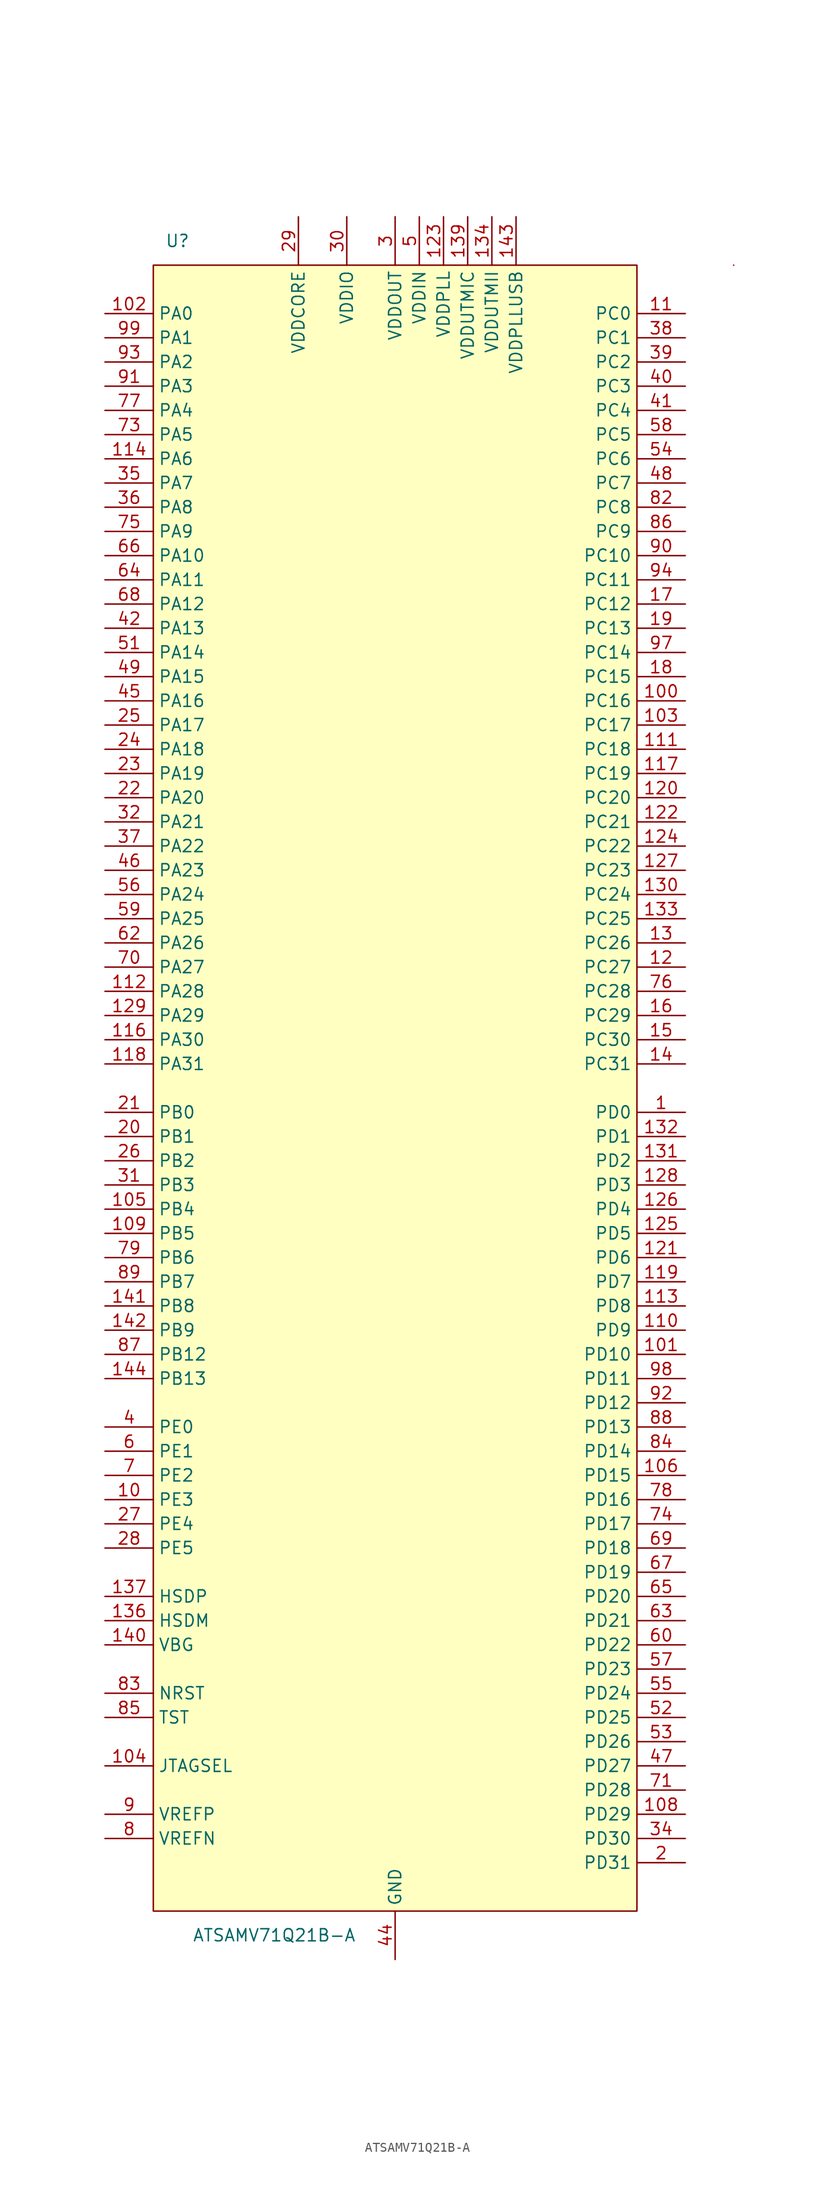
<source format=kicad_sym>
(kicad_symbol_lib
  (version 20201005)
  (generator kicad_symbol_editor)
  (symbol "MCU_Microchip_SAMV:ATSAMV71Q21B-A"
    (property "Reference" "U"
      (at -22.86 88.9 0)
      (effects (font (size 1.27 1.27))))
    (property "Value" "ATSAMV71Q21B-A"
      (at -12.7 -88.9 0)
      (effects (font (size 1.27 1.27))))
    (symbol "ATSAMV71Q21B-A_0_1"
      (rectangle (start 25.4 86.36) (end -25.4 -86.36) (stroke (width 0)) (fill (type background)))
      (rectangle (start 35.56 86.36) (end 35.56 86.36) (stroke (width 0)) (fill (type none))))
    (symbol "ATSAMV71Q21B-A_1_1"
      (pin bidirectional line (at 30.48 -2.54 180) (length 5.08) (name "PD0" (effects (font (size 1.27 1.27)))) (number "1" (effects (font (size 1.27 1.27)))))
      (pin bidirectional line (at -30.48 -43.18 0) (length 5.08) (name "PE3" (effects (font (size 1.27 1.27)))) (number "10" (effects (font (size 1.27 1.27)))))
      (pin bidirectional line (at 30.48 40.64 180) (length 5.08) (name "PC16" (effects (font (size 1.27 1.27)))) (number "100" (effects (font (size 1.27 1.27)))))
      (pin bidirectional line (at 30.48 -27.94 180) (length 5.08) (name "PD10" (effects (font (size 1.27 1.27)))) (number "101" (effects (font (size 1.27 1.27)))))
      (pin bidirectional line (at -30.48 81.28 0) (length 5.08) (name "PA0" (effects (font (size 1.27 1.27)))) (number "102" (effects (font (size 1.27 1.27)))))
      (pin bidirectional line (at 30.48 38.1 180) (length 5.08) (name "PC17" (effects (font (size 1.27 1.27)))) (number "103" (effects (font (size 1.27 1.27)))))
      (pin input line (at -30.48 -71.12 0) (length 5.08) (name "JTAGSEL" (effects (font (size 1.27 1.27)))) (number "104" (effects (font (size 1.27 1.27)))))
      (pin bidirectional line (at -30.48 -12.7 0) (length 5.08) (name "PB4" (effects (font (size 1.27 1.27)))) (number "105" (effects (font (size 1.27 1.27)))))
      (pin bidirectional line (at 30.48 -40.64 180) (length 5.08) (name "PD15" (effects (font (size 1.27 1.27)))) (number "106" (effects (font (size 1.27 1.27)))))
      (pin passive line (at -10.16 91.44 270) (length 5.08) hide (name "VDDCORE" (effects (font (size 1.27 1.27)))) (number "107" (effects (font (size 1.27 1.27)))))
      (pin bidirectional line (at 30.48 -76.2 180) (length 5.08) (name "PD29" (effects (font (size 1.27 1.27)))) (number "108" (effects (font (size 1.27 1.27)))))
      (pin bidirectional line (at -30.48 -15.24 0) (length 5.08) (name "PB5" (effects (font (size 1.27 1.27)))) (number "109" (effects (font (size 1.27 1.27)))))
      (pin bidirectional line (at 30.48 81.28 180) (length 5.08) (name "PC0" (effects (font (size 1.27 1.27)))) (number "11" (effects (font (size 1.27 1.27)))))
      (pin bidirectional line (at 30.48 -25.4 180) (length 5.08) (name "PD9" (effects (font (size 1.27 1.27)))) (number "110" (effects (font (size 1.27 1.27)))))
      (pin bidirectional line (at 30.48 35.56 180) (length 5.08) (name "PC18" (effects (font (size 1.27 1.27)))) (number "111" (effects (font (size 1.27 1.27)))))
      (pin bidirectional line (at -30.48 10.16 0) (length 5.08) (name "PA28" (effects (font (size 1.27 1.27)))) (number "112" (effects (font (size 1.27 1.27)))))
      (pin bidirectional line (at 30.48 -22.86 180) (length 5.08) (name "PD8" (effects (font (size 1.27 1.27)))) (number "113" (effects (font (size 1.27 1.27)))))
      (pin bidirectional line (at -30.48 66.04 0) (length 5.08) (name "PA6" (effects (font (size 1.27 1.27)))) (number "114" (effects (font (size 1.27 1.27)))))
      (pin passive line (at 0 -91.44 90) (length 5.08) hide (name "GND" (effects (font (size 1.27 1.27)))) (number "115" (effects (font (size 1.27 1.27)))))
      (pin bidirectional line (at -30.48 5.08 0) (length 5.08) (name "PA30" (effects (font (size 1.27 1.27)))) (number "116" (effects (font (size 1.27 1.27)))))
      (pin bidirectional line (at 30.48 33.02 180) (length 5.08) (name "PC19" (effects (font (size 1.27 1.27)))) (number "117" (effects (font (size 1.27 1.27)))))
      (pin bidirectional line (at -30.48 2.54 0) (length 5.08) (name "PA31" (effects (font (size 1.27 1.27)))) (number "118" (effects (font (size 1.27 1.27)))))
      (pin bidirectional line (at 30.48 -20.32 180) (length 5.08) (name "PD7" (effects (font (size 1.27 1.27)))) (number "119" (effects (font (size 1.27 1.27)))))
      (pin bidirectional line (at 30.48 12.7 180) (length 5.08) (name "PC27" (effects (font (size 1.27 1.27)))) (number "12" (effects (font (size 1.27 1.27)))))
      (pin bidirectional line (at 30.48 30.48 180) (length 5.08) (name "PC20" (effects (font (size 1.27 1.27)))) (number "120" (effects (font (size 1.27 1.27)))))
      (pin bidirectional line (at 30.48 -17.78 180) (length 5.08) (name "PD6" (effects (font (size 1.27 1.27)))) (number "121" (effects (font (size 1.27 1.27)))))
      (pin bidirectional line (at 30.48 27.94 180) (length 5.08) (name "PC21" (effects (font (size 1.27 1.27)))) (number "122" (effects (font (size 1.27 1.27)))))
      (pin power_in line (at 5.08 91.44 270) (length 5.08) (name "VDDPLL" (effects (font (size 1.27 1.27)))) (number "123" (effects (font (size 1.27 1.27)))))
      (pin bidirectional line (at 30.48 25.4 180) (length 5.08) (name "PC22" (effects (font (size 1.27 1.27)))) (number "124" (effects (font (size 1.27 1.27)))))
      (pin bidirectional line (at 30.48 -15.24 180) (length 5.08) (name "PD5" (effects (font (size 1.27 1.27)))) (number "125" (effects (font (size 1.27 1.27)))))
      (pin bidirectional line (at 30.48 -12.7 180) (length 5.08) (name "PD4" (effects (font (size 1.27 1.27)))) (number "126" (effects (font (size 1.27 1.27)))))
      (pin bidirectional line (at 30.48 22.86 180) (length 5.08) (name "PC23" (effects (font (size 1.27 1.27)))) (number "127" (effects (font (size 1.27 1.27)))))
      (pin bidirectional line (at 30.48 -10.16 180) (length 5.08) (name "PD3" (effects (font (size 1.27 1.27)))) (number "128" (effects (font (size 1.27 1.27)))))
      (pin bidirectional line (at -30.48 7.62 0) (length 5.08) (name "PA29" (effects (font (size 1.27 1.27)))) (number "129" (effects (font (size 1.27 1.27)))))
      (pin bidirectional line (at 30.48 15.24 180) (length 5.08) (name "PC26" (effects (font (size 1.27 1.27)))) (number "13" (effects (font (size 1.27 1.27)))))
      (pin bidirectional line (at 30.48 20.32 180) (length 5.08) (name "PC24" (effects (font (size 1.27 1.27)))) (number "130" (effects (font (size 1.27 1.27)))))
      (pin bidirectional line (at 30.48 -7.62 180) (length 5.08) (name "PD2" (effects (font (size 1.27 1.27)))) (number "131" (effects (font (size 1.27 1.27)))))
      (pin bidirectional line (at 30.48 -5.08 180) (length 5.08) (name "PD1" (effects (font (size 1.27 1.27)))) (number "132" (effects (font (size 1.27 1.27)))))
      (pin bidirectional line (at 30.48 17.78 180) (length 5.08) (name "PC25" (effects (font (size 1.27 1.27)))) (number "133" (effects (font (size 1.27 1.27)))))
      (pin power_in line (at 10.16 91.44 270) (length 5.08) (name "VDDUTMII" (effects (font (size 1.27 1.27)))) (number "134" (effects (font (size 1.27 1.27)))))
      (pin passive line (at 0 -91.44 90) (length 5.08) hide (name "GND" (effects (font (size 1.27 1.27)))) (number "135" (effects (font (size 1.27 1.27)))))
      (pin bidirectional line (at -30.48 -55.88 0) (length 5.08) (name "HSDM" (effects (font (size 1.27 1.27)))) (number "136" (effects (font (size 1.27 1.27)))))
      (pin bidirectional line (at -30.48 -53.34 0) (length 5.08) (name "HSDP" (effects (font (size 1.27 1.27)))) (number "137" (effects (font (size 1.27 1.27)))))
      (pin passive line (at 0 -91.44 90) (length 5.08) hide (name "GND" (effects (font (size 1.27 1.27)))) (number "138" (effects (font (size 1.27 1.27)))))
      (pin power_in line (at 7.62 91.44 270) (length 5.08) (name "VDDUTMIC" (effects (font (size 1.27 1.27)))) (number "139" (effects (font (size 1.27 1.27)))))
      (pin bidirectional line (at 30.48 2.54 180) (length 5.08) (name "PC31" (effects (font (size 1.27 1.27)))) (number "14" (effects (font (size 1.27 1.27)))))
      (pin input line (at -30.48 -58.42 0) (length 5.08) (name "VBG" (effects (font (size 1.27 1.27)))) (number "140" (effects (font (size 1.27 1.27)))))
      (pin bidirectional line (at -30.48 -22.86 0) (length 5.08) (name "PB8" (effects (font (size 1.27 1.27)))) (number "141" (effects (font (size 1.27 1.27)))))
      (pin bidirectional line (at -30.48 -25.4 0) (length 5.08) (name "PB9" (effects (font (size 1.27 1.27)))) (number "142" (effects (font (size 1.27 1.27)))))
      (pin power_in line (at 12.7 91.44 270) (length 5.08) (name "VDDPLLUSB" (effects (font (size 1.27 1.27)))) (number "143" (effects (font (size 1.27 1.27)))))
      (pin bidirectional line (at -30.48 -30.48 0) (length 5.08) (name "PB13" (effects (font (size 1.27 1.27)))) (number "144" (effects (font (size 1.27 1.27)))))
      (pin bidirectional line (at 30.48 5.08 180) (length 5.08) (name "PC30" (effects (font (size 1.27 1.27)))) (number "15" (effects (font (size 1.27 1.27)))))
      (pin bidirectional line (at 30.48 7.62 180) (length 5.08) (name "PC29" (effects (font (size 1.27 1.27)))) (number "16" (effects (font (size 1.27 1.27)))))
      (pin bidirectional line (at 30.48 50.8 180) (length 5.08) (name "PC12" (effects (font (size 1.27 1.27)))) (number "17" (effects (font (size 1.27 1.27)))))
      (pin bidirectional line (at 30.48 43.18 180) (length 5.08) (name "PC15" (effects (font (size 1.27 1.27)))) (number "18" (effects (font (size 1.27 1.27)))))
      (pin bidirectional line (at 30.48 48.26 180) (length 5.08) (name "PC13" (effects (font (size 1.27 1.27)))) (number "19" (effects (font (size 1.27 1.27)))))
      (pin bidirectional line (at 30.48 -81.28 180) (length 5.08) (name "PD31" (effects (font (size 1.27 1.27)))) (number "2" (effects (font (size 1.27 1.27)))))
      (pin bidirectional line (at -30.48 -5.08 0) (length 5.08) (name "PB1" (effects (font (size 1.27 1.27)))) (number "20" (effects (font (size 1.27 1.27)))))
      (pin bidirectional line (at -30.48 -2.54 0) (length 5.08) (name "PB0" (effects (font (size 1.27 1.27)))) (number "21" (effects (font (size 1.27 1.27)))))
      (pin bidirectional line (at -30.48 30.48 0) (length 5.08) (name "PA20" (effects (font (size 1.27 1.27)))) (number "22" (effects (font (size 1.27 1.27)))))
      (pin bidirectional line (at -30.48 33.02 0) (length 5.08) (name "PA19" (effects (font (size 1.27 1.27)))) (number "23" (effects (font (size 1.27 1.27)))))
      (pin bidirectional line (at -30.48 35.56 0) (length 5.08) (name "PA18" (effects (font (size 1.27 1.27)))) (number "24" (effects (font (size 1.27 1.27)))))
      (pin bidirectional line (at -30.48 38.1 0) (length 5.08) (name "PA17" (effects (font (size 1.27 1.27)))) (number "25" (effects (font (size 1.27 1.27)))))
      (pin bidirectional line (at -30.48 -7.62 0) (length 5.08) (name "PB2" (effects (font (size 1.27 1.27)))) (number "26" (effects (font (size 1.27 1.27)))))
      (pin bidirectional line (at -30.48 -45.72 0) (length 5.08) (name "PE4" (effects (font (size 1.27 1.27)))) (number "27" (effects (font (size 1.27 1.27)))))
      (pin bidirectional line (at -30.48 -48.26 0) (length 5.08) (name "PE5" (effects (font (size 1.27 1.27)))) (number "28" (effects (font (size 1.27 1.27)))))
      (pin power_in line (at -10.16 91.44 270) (length 5.08) (name "VDDCORE" (effects (font (size 1.27 1.27)))) (number "29" (effects (font (size 1.27 1.27)))))
      (pin power_in line (at 0 91.44 270) (length 5.08) (name "VDDOUT" (effects (font (size 1.27 1.27)))) (number "3" (effects (font (size 1.27 1.27)))))
      (pin power_in line (at -5.08 91.44 270) (length 5.08) (name "VDDIO" (effects (font (size 1.27 1.27)))) (number "30" (effects (font (size 1.27 1.27)))))
      (pin bidirectional line (at -30.48 -10.16 0) (length 5.08) (name "PB3" (effects (font (size 1.27 1.27)))) (number "31" (effects (font (size 1.27 1.27)))))
      (pin bidirectional line (at -30.48 27.94 0) (length 5.08) (name "PA21" (effects (font (size 1.27 1.27)))) (number "32" (effects (font (size 1.27 1.27)))))
      (pin passive line (at -10.16 91.44 270) (length 5.08) hide (name "VDDCORE" (effects (font (size 1.27 1.27)))) (number "33" (effects (font (size 1.27 1.27)))))
      (pin bidirectional line (at 30.48 -78.74 180) (length 5.08) (name "PD30" (effects (font (size 1.27 1.27)))) (number "34" (effects (font (size 1.27 1.27)))))
      (pin bidirectional line (at -30.48 63.5 0) (length 5.08) (name "PA7" (effects (font (size 1.27 1.27)))) (number "35" (effects (font (size 1.27 1.27)))))
      (pin bidirectional line (at -30.48 60.96 0) (length 5.08) (name "PA8" (effects (font (size 1.27 1.27)))) (number "36" (effects (font (size 1.27 1.27)))))
      (pin bidirectional line (at -30.48 25.4 0) (length 5.08) (name "PA22" (effects (font (size 1.27 1.27)))) (number "37" (effects (font (size 1.27 1.27)))))
      (pin bidirectional line (at 30.48 78.74 180) (length 5.08) (name "PC1" (effects (font (size 1.27 1.27)))) (number "38" (effects (font (size 1.27 1.27)))))
      (pin bidirectional line (at 30.48 76.2 180) (length 5.08) (name "PC2" (effects (font (size 1.27 1.27)))) (number "39" (effects (font (size 1.27 1.27)))))
      (pin bidirectional line (at -30.48 -35.56 0) (length 5.08) (name "PE0" (effects (font (size 1.27 1.27)))) (number "4" (effects (font (size 1.27 1.27)))))
      (pin bidirectional line (at 30.48 73.66 180) (length 5.08) (name "PC3" (effects (font (size 1.27 1.27)))) (number "40" (effects (font (size 1.27 1.27)))))
      (pin bidirectional line (at 30.48 71.12 180) (length 5.08) (name "PC4" (effects (font (size 1.27 1.27)))) (number "41" (effects (font (size 1.27 1.27)))))
      (pin bidirectional line (at -30.48 48.26 0) (length 5.08) (name "PA13" (effects (font (size 1.27 1.27)))) (number "42" (effects (font (size 1.27 1.27)))))
      (pin passive line (at -5.08 91.44 270) (length 5.08) hide (name "VDDIO" (effects (font (size 1.27 1.27)))) (number "43" (effects (font (size 1.27 1.27)))))
      (pin power_in line (at 0 -91.44 90) (length 5.08) (name "GND" (effects (font (size 1.27 1.27)))) (number "44" (effects (font (size 1.27 1.27)))))
      (pin bidirectional line (at -30.48 40.64 0) (length 5.08) (name "PA16" (effects (font (size 1.27 1.27)))) (number "45" (effects (font (size 1.27 1.27)))))
      (pin bidirectional line (at -30.48 22.86 0) (length 5.08) (name "PA23" (effects (font (size 1.27 1.27)))) (number "46" (effects (font (size 1.27 1.27)))))
      (pin bidirectional line (at 30.48 -71.12 180) (length 5.08) (name "PD27" (effects (font (size 1.27 1.27)))) (number "47" (effects (font (size 1.27 1.27)))))
      (pin bidirectional line (at 30.48 63.5 180) (length 5.08) (name "PC7" (effects (font (size 1.27 1.27)))) (number "48" (effects (font (size 1.27 1.27)))))
      (pin bidirectional line (at -30.48 43.18 0) (length 5.08) (name "PA15" (effects (font (size 1.27 1.27)))) (number "49" (effects (font (size 1.27 1.27)))))
      (pin power_in line (at 2.54 91.44 270) (length 5.08) (name "VDDIN" (effects (font (size 1.27 1.27)))) (number "5" (effects (font (size 1.27 1.27)))))
      (pin passive line (at -10.16 91.44 270) (length 5.08) hide (name "VDDCORE" (effects (font (size 1.27 1.27)))) (number "50" (effects (font (size 1.27 1.27)))))
      (pin bidirectional line (at -30.48 45.72 0) (length 5.08) (name "PA14" (effects (font (size 1.27 1.27)))) (number "51" (effects (font (size 1.27 1.27)))))
      (pin bidirectional line (at 30.48 -66.04 180) (length 5.08) (name "PD25" (effects (font (size 1.27 1.27)))) (number "52" (effects (font (size 1.27 1.27)))))
      (pin bidirectional line (at 30.48 -68.58 180) (length 5.08) (name "PD26" (effects (font (size 1.27 1.27)))) (number "53" (effects (font (size 1.27 1.27)))))
      (pin bidirectional line (at 30.48 66.04 180) (length 5.08) (name "PC6" (effects (font (size 1.27 1.27)))) (number "54" (effects (font (size 1.27 1.27)))))
      (pin bidirectional line (at 30.48 -63.5 180) (length 5.08) (name "PD24" (effects (font (size 1.27 1.27)))) (number "55" (effects (font (size 1.27 1.27)))))
      (pin bidirectional line (at -30.48 20.32 0) (length 5.08) (name "PA24" (effects (font (size 1.27 1.27)))) (number "56" (effects (font (size 1.27 1.27)))))
      (pin bidirectional line (at 30.48 -60.96 180) (length 5.08) (name "PD23" (effects (font (size 1.27 1.27)))) (number "57" (effects (font (size 1.27 1.27)))))
      (pin bidirectional line (at 30.48 68.58 180) (length 5.08) (name "PC5" (effects (font (size 1.27 1.27)))) (number "58" (effects (font (size 1.27 1.27)))))
      (pin bidirectional line (at -30.48 17.78 0) (length 5.08) (name "PA25" (effects (font (size 1.27 1.27)))) (number "59" (effects (font (size 1.27 1.27)))))
      (pin bidirectional line (at -30.48 -38.1 0) (length 5.08) (name "PE1" (effects (font (size 1.27 1.27)))) (number "6" (effects (font (size 1.27 1.27)))))
      (pin bidirectional line (at 30.48 -58.42 180) (length 5.08) (name "PD22" (effects (font (size 1.27 1.27)))) (number "60" (effects (font (size 1.27 1.27)))))
      (pin passive line (at 0 -91.44 90) (length 5.08) hide (name "GND" (effects (font (size 1.27 1.27)))) (number "61" (effects (font (size 1.27 1.27)))))
      (pin bidirectional line (at -30.48 15.24 0) (length 5.08) (name "PA26" (effects (font (size 1.27 1.27)))) (number "62" (effects (font (size 1.27 1.27)))))
      (pin bidirectional line (at 30.48 -55.88 180) (length 5.08) (name "PD21" (effects (font (size 1.27 1.27)))) (number "63" (effects (font (size 1.27 1.27)))))
      (pin bidirectional line (at -30.48 53.34 0) (length 5.08) (name "PA11" (effects (font (size 1.27 1.27)))) (number "64" (effects (font (size 1.27 1.27)))))
      (pin bidirectional line (at 30.48 -53.34 180) (length 5.08) (name "PD20" (effects (font (size 1.27 1.27)))) (number "65" (effects (font (size 1.27 1.27)))))
      (pin bidirectional line (at -30.48 55.88 0) (length 5.08) (name "PA10" (effects (font (size 1.27 1.27)))) (number "66" (effects (font (size 1.27 1.27)))))
      (pin bidirectional line (at 30.48 -50.8 180) (length 5.08) (name "PD19" (effects (font (size 1.27 1.27)))) (number "67" (effects (font (size 1.27 1.27)))))
      (pin bidirectional line (at -30.48 50.8 0) (length 5.08) (name "PA12" (effects (font (size 1.27 1.27)))) (number "68" (effects (font (size 1.27 1.27)))))
      (pin bidirectional line (at 30.48 -48.26 180) (length 5.08) (name "PD18" (effects (font (size 1.27 1.27)))) (number "69" (effects (font (size 1.27 1.27)))))
      (pin bidirectional line (at -30.48 -40.64 0) (length 5.08) (name "PE2" (effects (font (size 1.27 1.27)))) (number "7" (effects (font (size 1.27 1.27)))))
      (pin bidirectional line (at -30.48 12.7 0) (length 5.08) (name "PA27" (effects (font (size 1.27 1.27)))) (number "70" (effects (font (size 1.27 1.27)))))
      (pin bidirectional line (at 30.48 -73.66 180) (length 5.08) (name "PD28" (effects (font (size 1.27 1.27)))) (number "71" (effects (font (size 1.27 1.27)))))
      (pin passive line (at -5.08 91.44 270) (length 5.08) hide (name "VDDIO" (effects (font (size 1.27 1.27)))) (number "72" (effects (font (size 1.27 1.27)))))
      (pin bidirectional line (at -30.48 68.58 0) (length 5.08) (name "PA5" (effects (font (size 1.27 1.27)))) (number "73" (effects (font (size 1.27 1.27)))))
      (pin bidirectional line (at 30.48 -45.72 180) (length 5.08) (name "PD17" (effects (font (size 1.27 1.27)))) (number "74" (effects (font (size 1.27 1.27)))))
      (pin bidirectional line (at -30.48 58.42 0) (length 5.08) (name "PA9" (effects (font (size 1.27 1.27)))) (number "75" (effects (font (size 1.27 1.27)))))
      (pin bidirectional line (at 30.48 10.16 180) (length 5.08) (name "PC28" (effects (font (size 1.27 1.27)))) (number "76" (effects (font (size 1.27 1.27)))))
      (pin bidirectional line (at -30.48 71.12 0) (length 5.08) (name "PA4" (effects (font (size 1.27 1.27)))) (number "77" (effects (font (size 1.27 1.27)))))
      (pin bidirectional line (at 30.48 -43.18 180) (length 5.08) (name "PD16" (effects (font (size 1.27 1.27)))) (number "78" (effects (font (size 1.27 1.27)))))
      (pin bidirectional line (at -30.48 -17.78 0) (length 5.08) (name "PB6" (effects (font (size 1.27 1.27)))) (number "79" (effects (font (size 1.27 1.27)))))
      (pin bidirectional line (at -30.48 -78.74 0) (length 5.08) (name "VREFN" (effects (font (size 1.27 1.27)))) (number "8" (effects (font (size 1.27 1.27)))))
      (pin passive line (at -5.08 91.44 270) (length 5.08) hide (name "VDDIO" (effects (font (size 1.27 1.27)))) (number "80" (effects (font (size 1.27 1.27)))))
      (pin passive line (at -10.16 91.44 270) (length 5.08) hide (name "VDDCORE" (effects (font (size 1.27 1.27)))) (number "81" (effects (font (size 1.27 1.27)))))
      (pin bidirectional line (at 30.48 60.96 180) (length 5.08) (name "PC8" (effects (font (size 1.27 1.27)))) (number "82" (effects (font (size 1.27 1.27)))))
      (pin bidirectional line (at -30.48 -63.5 0) (length 5.08) (name "NRST" (effects (font (size 1.27 1.27)))) (number "83" (effects (font (size 1.27 1.27)))))
      (pin bidirectional line (at 30.48 -38.1 180) (length 5.08) (name "PD14" (effects (font (size 1.27 1.27)))) (number "84" (effects (font (size 1.27 1.27)))))
      (pin input line (at -30.48 -66.04 0) (length 5.08) (name "TST" (effects (font (size 1.27 1.27)))) (number "85" (effects (font (size 1.27 1.27)))))
      (pin bidirectional line (at 30.48 58.42 180) (length 5.08) (name "PC9" (effects (font (size 1.27 1.27)))) (number "86" (effects (font (size 1.27 1.27)))))
      (pin bidirectional line (at -30.48 -27.94 0) (length 5.08) (name "PB12" (effects (font (size 1.27 1.27)))) (number "87" (effects (font (size 1.27 1.27)))))
      (pin bidirectional line (at 30.48 -35.56 180) (length 5.08) (name "PD13" (effects (font (size 1.27 1.27)))) (number "88" (effects (font (size 1.27 1.27)))))
      (pin bidirectional line (at -30.48 -20.32 0) (length 5.08) (name "PB7" (effects (font (size 1.27 1.27)))) (number "89" (effects (font (size 1.27 1.27)))))
      (pin input line (at -30.48 -76.2 0) (length 5.08) (name "VREFP" (effects (font (size 1.27 1.27)))) (number "9" (effects (font (size 1.27 1.27)))))
      (pin bidirectional line (at 30.48 55.88 180) (length 5.08) (name "PC10" (effects (font (size 1.27 1.27)))) (number "90" (effects (font (size 1.27 1.27)))))
      (pin bidirectional line (at -30.48 73.66 0) (length 5.08) (name "PA3" (effects (font (size 1.27 1.27)))) (number "91" (effects (font (size 1.27 1.27)))))
      (pin bidirectional line (at 30.48 -33.02 180) (length 5.08) (name "PD12" (effects (font (size 1.27 1.27)))) (number "92" (effects (font (size 1.27 1.27)))))
      (pin bidirectional line (at -30.48 76.2 0) (length 5.08) (name "PA2" (effects (font (size 1.27 1.27)))) (number "93" (effects (font (size 1.27 1.27)))))
      (pin bidirectional line (at 30.48 53.34 180) (length 5.08) (name "PC11" (effects (font (size 1.27 1.27)))) (number "94" (effects (font (size 1.27 1.27)))))
      (pin passive line (at 0 -91.44 90) (length 5.08) hide (name "GND" (effects (font (size 1.27 1.27)))) (number "95" (effects (font (size 1.27 1.27)))))
      (pin passive line (at -5.08 91.44 270) (length 5.08) hide (name "VDDIO" (effects (font (size 1.27 1.27)))) (number "96" (effects (font (size 1.27 1.27)))))
      (pin bidirectional line (at 30.48 45.72 180) (length 5.08) (name "PC14" (effects (font (size 1.27 1.27)))) (number "97" (effects (font (size 1.27 1.27)))))
      (pin bidirectional line (at 30.48 -30.48 180) (length 5.08) (name "PD11" (effects (font (size 1.27 1.27)))) (number "98" (effects (font (size 1.27 1.27)))))
      (pin bidirectional line (at -30.48 78.74 0) (length 5.08) (name "PA1" (effects (font (size 1.27 1.27)))) (number "99" (effects (font (size 1.27 1.27))))))))
</source>
